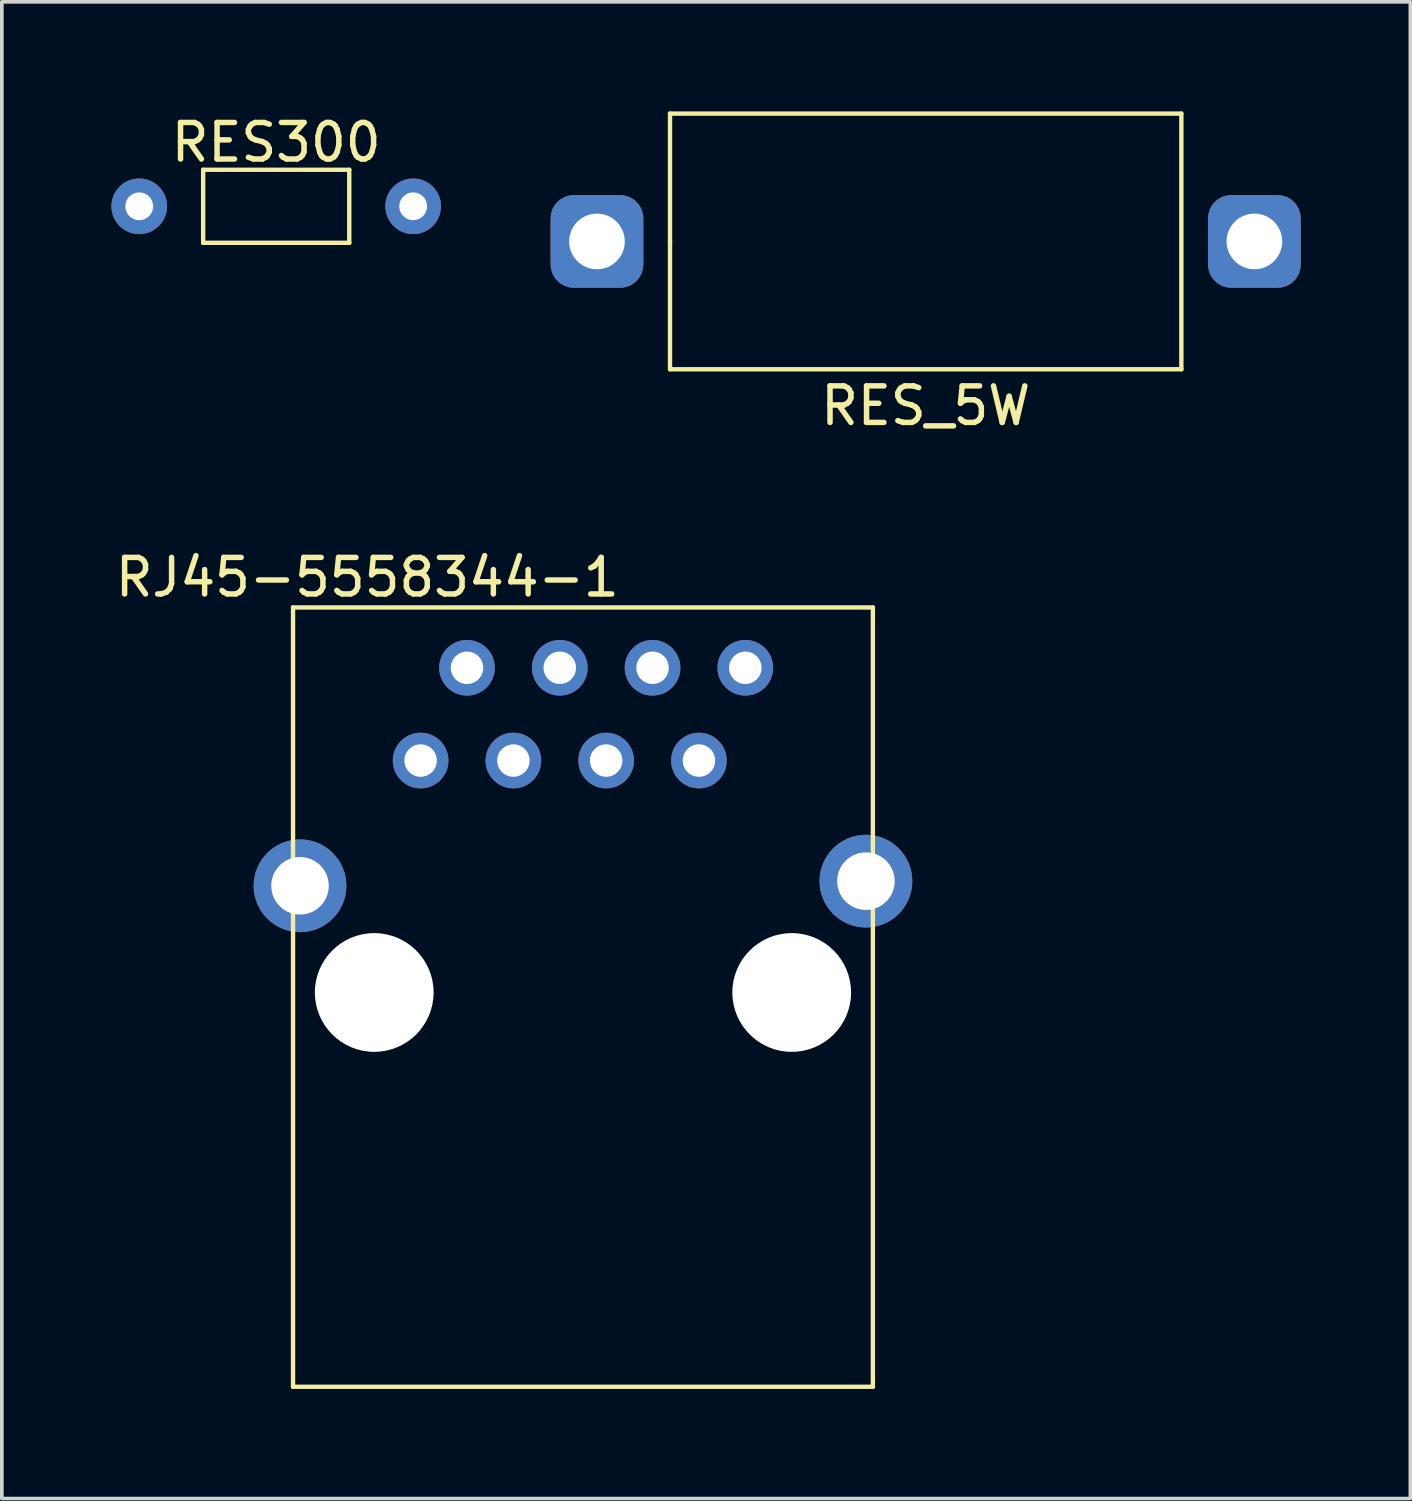
<source format=kicad_pcb>
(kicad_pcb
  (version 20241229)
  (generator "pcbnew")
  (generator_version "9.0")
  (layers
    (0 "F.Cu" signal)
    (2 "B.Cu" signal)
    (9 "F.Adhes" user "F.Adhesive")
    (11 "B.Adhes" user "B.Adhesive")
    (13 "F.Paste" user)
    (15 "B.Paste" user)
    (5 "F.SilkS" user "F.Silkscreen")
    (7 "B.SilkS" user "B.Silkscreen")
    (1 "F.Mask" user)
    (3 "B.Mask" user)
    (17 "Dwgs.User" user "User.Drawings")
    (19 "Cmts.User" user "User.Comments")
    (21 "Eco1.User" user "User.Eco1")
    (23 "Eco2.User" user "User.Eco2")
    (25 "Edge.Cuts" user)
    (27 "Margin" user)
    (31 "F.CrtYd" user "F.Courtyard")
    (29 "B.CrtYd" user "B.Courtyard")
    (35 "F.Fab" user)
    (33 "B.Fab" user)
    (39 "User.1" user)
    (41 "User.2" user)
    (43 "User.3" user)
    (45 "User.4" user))
  (footprint "RES_5W"
    (layer "F.Cu")
    (at 22.294 7.56)
    (property "Reference" "RES_5W" (at 0 0.5 0) (layer "F.SilkS") (effects (font (size 1 1) (thickness 0.15))))
    (attr through_hole)
    (fp_line (start -7 -7.5) (end 7 -7.5) (stroke (width 0.12) (type solid)) (layer "F.SilkS"))
    (fp_line (start -7 -4) (end -7 -7.5) (stroke (width 0.12) (type solid)) (layer "F.SilkS"))
    (fp_line (start -7 -0.5) (end -7 -4) (stroke (width 0.12) (type solid)) (layer "F.SilkS"))
    (fp_line (start 7 -7.5) (end 7 -0.5) (stroke (width 0.12) (type solid)) (layer "F.SilkS"))
    (fp_line (start 7 -0.5) (end -7 -0.5) (stroke (width 0.12) (type solid)) (layer "F.SilkS"))
    (pad "1" thru_hole roundrect (at -9 -4) (size 2.54 2.54) (drill 1.524) (layers "*.Cu" "*.Mask") (roundrect_rratio 0.25))
    (pad "2" thru_hole roundrect (at 9 -4) (size 2.54 2.54) (drill 1.524) (layers "*.Cu" "*.Mask") (roundrect_rratio 0.25)))
  (footprint "RES300"
    (layer "F.Cu")
    (at 2.512 5.098)
    (property "Reference" "RES300" (at 2 -4.25 0) (layer "F.SilkS") (effects (font (size 1 1) (thickness 0.15))))
    (attr through_hole)
    (fp_line (start 0 -3.5) (end 0 -1.5) (stroke (width 0.12) (type solid)) (layer "F.SilkS"))
    (fp_line (start 0 -1.5) (end 4 -1.5) (stroke (width 0.12) (type solid)) (layer "F.SilkS"))
    (fp_line (start 4 -3.5) (end 0 -3.5) (stroke (width 0.12) (type solid)) (layer "F.SilkS"))
    (fp_line (start 4 -1.5) (end 4 -3.5) (stroke (width 0.12) (type solid)) (layer "F.SilkS"))
    (pad "1" thru_hole circle (at -1.75 -2.5) (size 1.524 1.524) (drill 0.762) (layers "*.Cu" "*.Mask"))
    (pad "2" thru_hole circle (at 5.75 -2.5) (size 1.524 1.524) (drill 0.762) (layers "*.Cu" "*.Mask")))
  (footprint "RJ45-5558344-1"
    (layer "F.Cu")
    (at 7.196 24.123)
    (property "Reference" "RJ45-5558344-1" (at -0.191 -11.367 0) (layer "F.SilkS") (effects (font (size 1 1) (thickness 0.15))))
    (attr through_hole)
    (fp_line (start -2.223 -10.541) (end 13.652 -10.541) (stroke (width 0.12) (type solid)) (layer "F.SilkS"))
    (fp_line (start -2.223 10.795) (end -2.223 -10.541) (stroke (width 0.12) (type solid)) (layer "F.SilkS"))
    (fp_line (start 13.652 -10.541) (end 13.652 10.795) (stroke (width 0.12) (type solid)) (layer "F.SilkS"))
    (fp_line (start 13.652 10.795) (end -2.223 10.795) (stroke (width 0.12) (type solid)) (layer "F.SilkS"))
    (pad "" np_thru_hole circle (at 0 0) (size 3.251 3.251) (drill 3.251) (layers "*.Cu" "*.Mask"))
    (pad "" np_thru_hole circle (at 11.43 0) (size 3.251 3.251) (drill 3.251) (layers "*.Cu" "*.Mask"))
    (pad "1" thru_hole circle (at 1.27 -6.35) (size 1.524 1.524) (drill 0.889) (layers "*.Cu" "*.Mask"))
    (pad "2" thru_hole circle (at 2.54 -8.89) (size 1.524 1.524) (drill 0.889) (layers "*.Cu" "*.Mask"))
    (pad "3" thru_hole circle (at 3.81 -6.35) (size 1.524 1.524) (drill 0.889) (layers "*.Cu" "*.Mask"))
    (pad "4" thru_hole circle (at 5.08 -8.89) (size 1.524 1.524) (drill 0.889) (layers "*.Cu" "*.Mask"))
    (pad "5" thru_hole circle (at 6.35 -6.35) (size 1.524 1.524) (drill 0.889) (layers "*.Cu" "*.Mask"))
    (pad "6" thru_hole circle (at 7.62 -8.89) (size 1.524 1.524) (drill 0.889) (layers "*.Cu" "*.Mask"))
    (pad "7" thru_hole circle (at 8.89 -6.35) (size 1.524 1.524) (drill 0.889) (layers "*.Cu" "*.Mask"))
    (pad "8" thru_hole circle (at 10.16 -8.89) (size 1.524 1.524) (drill 0.889) (layers "*.Cu" "*.Mask"))
    (pad "X1" thru_hole circle (at -2.032 -2.921) (size 2.54 2.54) (drill 1.575) (layers "*.Cu" "*.Mask"))
    (pad "X2" thru_hole circle (at 13.462 -3.048) (size 2.54 2.54) (drill 1.575) (layers "*.Cu" "*.Mask")))
  (gr_rect
    (start -3 -3)
    (end 35.564 37.978)
    (stroke (width 0.1) (type default))
    (fill no)
    (layer "Edge.Cuts")))
</source>
